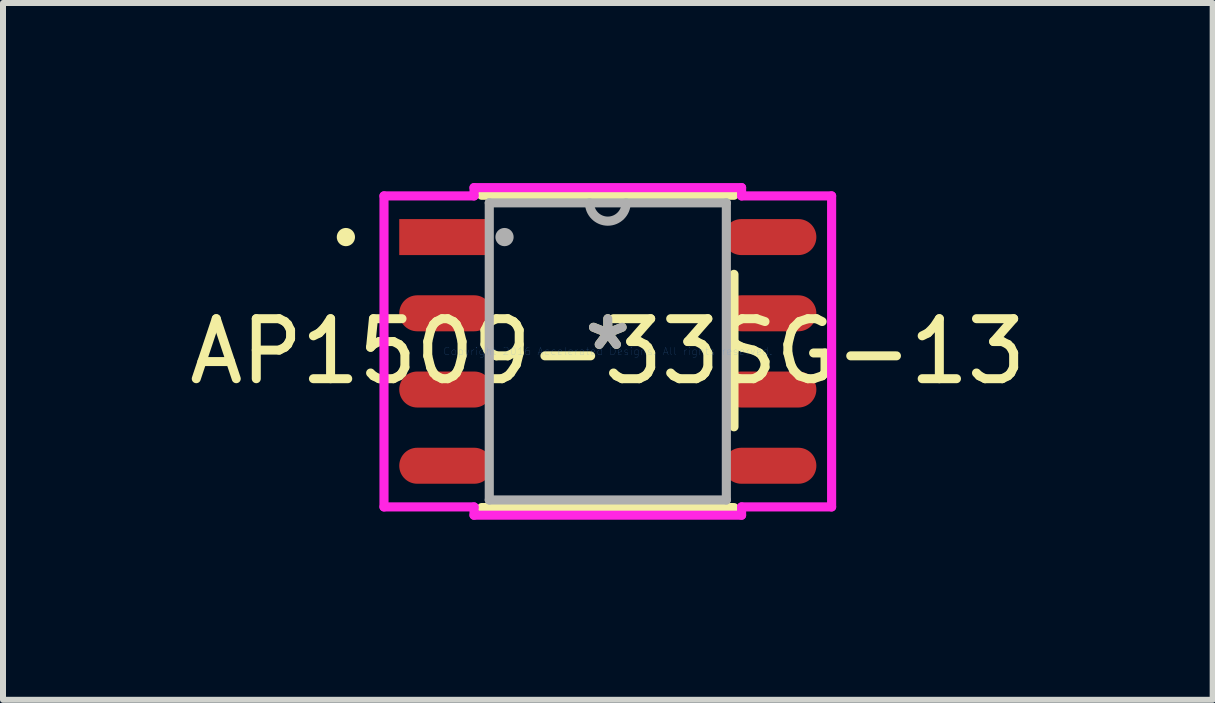
<source format=kicad_pcb>
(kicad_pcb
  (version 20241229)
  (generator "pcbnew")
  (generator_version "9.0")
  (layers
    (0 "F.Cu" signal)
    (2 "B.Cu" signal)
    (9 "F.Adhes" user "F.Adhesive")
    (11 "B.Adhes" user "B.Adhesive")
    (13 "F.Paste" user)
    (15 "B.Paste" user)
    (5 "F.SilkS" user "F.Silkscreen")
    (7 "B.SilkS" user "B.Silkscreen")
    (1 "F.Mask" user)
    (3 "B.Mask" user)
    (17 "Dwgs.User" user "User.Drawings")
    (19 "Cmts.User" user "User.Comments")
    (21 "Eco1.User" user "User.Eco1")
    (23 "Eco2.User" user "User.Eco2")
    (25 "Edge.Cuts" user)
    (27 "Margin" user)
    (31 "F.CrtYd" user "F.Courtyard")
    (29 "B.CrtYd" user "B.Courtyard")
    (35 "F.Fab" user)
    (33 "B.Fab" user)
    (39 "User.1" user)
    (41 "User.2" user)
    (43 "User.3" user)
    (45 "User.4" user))
  (footprint "AP1509-33SG-13"
    (layer "F.Cu")
    (at 7.077 2.805)
    (property "Reference" "AP1509-33SG-13" (at 0 0 0) (layer "F.SilkS") (effects (font (size 1 1) (thickness 0.15))))
    (attr through_hole)
    (fp_line (start -2.102 2.602) (end 2.102 2.602) (stroke (width 0.152) (type solid)) (layer "F.SilkS"))
    (fp_line (start 2.102 -2.602) (end -2.102 -2.602) (stroke (width 0.152) (type solid)) (layer "F.SilkS"))
    (fp_line (start 2.102 -0.014) (end 2.102 -1.284) (stroke (width 0.152) (type solid)) (layer "F.SilkS"))
    (fp_line (start 2.102 1.256) (end 2.102 -0.014) (stroke (width 0.152) (type solid)) (layer "F.SilkS"))
    (fp_circle (center -4.364 -1.905) (end -4.288 -1.905) (stroke (width 0.152) (type solid)) (fill no) (layer "F.SilkS"))
    (fp_line (start -3.729 -2.591) (end -2.229 -2.591) (stroke (width 0.152) (type solid)) (layer "F.CrtYd"))
    (fp_line (start -3.729 2.591) (end -3.729 -2.591) (stroke (width 0.152) (type solid)) (layer "F.CrtYd"))
    (fp_line (start -2.229 -2.729) (end 2.229 -2.729) (stroke (width 0.152) (type solid)) (layer "F.CrtYd"))
    (fp_line (start -2.229 -2.591) (end -2.229 -2.729) (stroke (width 0.152) (type solid)) (layer "F.CrtYd"))
    (fp_line (start -2.229 2.591) (end -3.729 2.591) (stroke (width 0.152) (type solid)) (layer "F.CrtYd"))
    (fp_line (start -2.229 2.729) (end -2.229 2.591) (stroke (width 0.152) (type solid)) (layer "F.CrtYd"))
    (fp_line (start 2.229 -2.729) (end 2.229 -2.591) (stroke (width 0.152) (type solid)) (layer "F.CrtYd"))
    (fp_line (start 2.229 -2.591) (end 3.729 -2.591) (stroke (width 0.152) (type solid)) (layer "F.CrtYd"))
    (fp_line (start 2.229 2.591) (end 2.229 2.729) (stroke (width 0.152) (type solid)) (layer "F.CrtYd"))
    (fp_line (start 2.229 2.729) (end -2.229 2.729) (stroke (width 0.152) (type solid)) (layer "F.CrtYd"))
    (fp_line (start 3.729 -2.591) (end 3.729 2.591) (stroke (width 0.152) (type solid)) (layer "F.CrtYd"))
    (fp_line (start 3.729 2.591) (end 2.229 2.591) (stroke (width 0.152) (type solid)) (layer "F.CrtYd"))
    (fp_line (start -1.975 -2.475) (end -1.975 2.475) (stroke (width 0.152) (type solid)) (layer "F.Fab"))
    (fp_line (start -1.975 2.475) (end 1.975 2.475) (stroke (width 0.152) (type solid)) (layer "F.Fab"))
    (fp_line (start 1.975 -2.475) (end -1.975 -2.475) (stroke (width 0.152) (type solid)) (layer "F.Fab"))
    (fp_line (start 1.975 2.475) (end 1.975 -2.475) (stroke (width 0.152) (type solid)) (layer "F.Fab"))
    (fp_arc (start 0.3048 -2.475) (mid 0 -2.1702) (end -0.3048 -2.475) (stroke (width 0.1524) (type solid)) (layer "F.Fab"))
    (fp_circle (center -1.721 -1.905) (end -1.645 -1.905) (stroke (width 0.152) (type solid)) (fill no) (layer "F.Fab"))
    (fp_text user "*" (at 0 0 0) (layer "F.SilkS") (effects (font (size 1 1) (thickness 0.15))))
    (fp_text user "Copyright 2016 Accelerated Designs. All rights reserved." (at 0 0 0) (layer "Cmts.User") (effects (font (size 0.127 0.127) (thickness 0.002))))
    (fp_text user "*" (at 0 0 0) (layer "F.Fab") (effects (font (size 1 1) (thickness 0.15))))
    (pad "1" smd rect (at -2.7 -1.905) (size 1.55 0.6) (layers "F.Cu" "F.Mask" "F.Paste"))
    (pad "2" smd oval (at -2.7 -0.635) (size 1.55 0.6) (layers "F.Cu" "F.Mask" "F.Paste"))
    (pad "3" smd oval (at -2.7 0.635) (size 1.55 0.6) (layers "F.Cu" "F.Mask" "F.Paste"))
    (pad "4" smd oval (at -2.7 1.905) (size 1.55 0.6) (layers "F.Cu" "F.Mask" "F.Paste"))
    (pad "5" smd oval (at 2.7 1.905) (size 1.55 0.6) (layers "F.Cu" "F.Mask" "F.Paste"))
    (pad "6" smd oval (at 2.7 0.635) (size 1.55 0.6) (layers "F.Cu" "F.Mask" "F.Paste"))
    (pad "7" smd oval (at 2.7 -0.635) (size 1.55 0.6) (layers "F.Cu" "F.Mask" "F.Paste"))
    (pad "8" smd oval (at 2.7 -1.905) (size 1.55 0.6) (layers "F.Cu" "F.Mask" "F.Paste")))
  (gr_rect
    (start -3 -3)
    (end 17.155 8.61)
    (stroke (width 0.1) (type default))
    (fill no)
    (layer "Edge.Cuts")))
</source>
